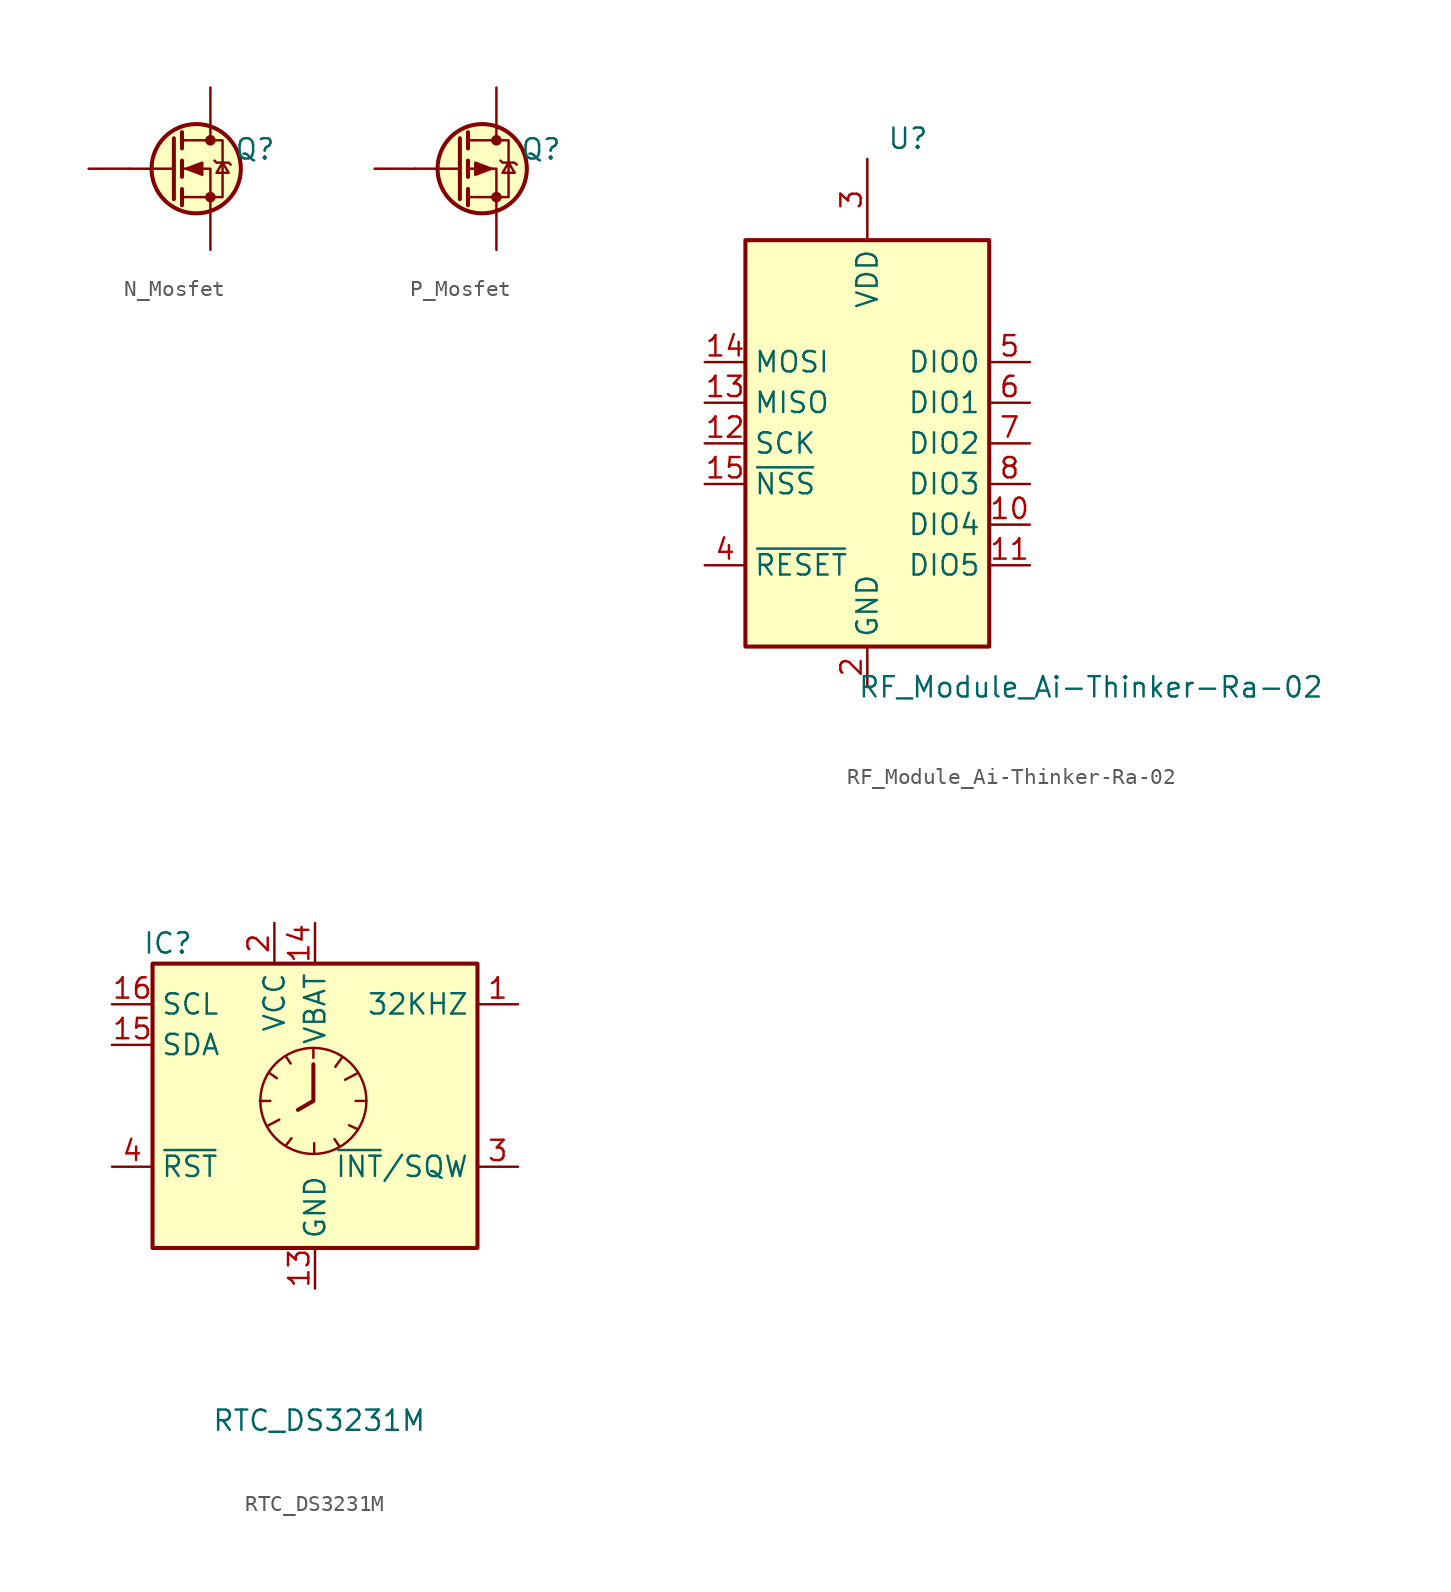
<source format=kicad_sym>
(kicad_symbol_lib
  (version 20211014)
  (generator kicad_symbol_editor)
  (symbol "N_Mosfet"
    (pin_numbers hide)
    (pin_names hide)
    (property "Reference" "Q"
      (at 2.794 1.219 0)
      (effects (font (size 1.27 1.27))))
    (symbol "N_Mosfet_0_1"
      (circle (center -0.889 0) (radius 2.794) (stroke (width 0.254) (type default) (color 0 0 0 0)) (fill (type background)))
      (circle (center 0 -1.778) (radius 0.254) (stroke (width 0) (type default) (color 0 0 0 0)) (fill (type outline)))
      (polyline (pts (xy -2.286 0) (xy -5.08 0)) (stroke (width 0) (type default) (color 0 0 0 0)) (fill (type none)))
      (polyline (pts (xy -2.286 1.905) (xy -2.286 -1.905)) (stroke (width 0.254) (type default) (color 0 0 0 0)) (fill (type none)))
      (polyline (pts (xy -1.778 -1.27) (xy -1.778 -2.286)) (stroke (width 0.254) (type default) (color 0 0 0 0)) (fill (type none)))
      (polyline (pts (xy -1.778 0.508) (xy -1.778 -0.508)) (stroke (width 0.254) (type default) (color 0 0 0 0)) (fill (type none)))
      (polyline (pts (xy -1.778 2.286) (xy -1.778 1.27)) (stroke (width 0.254) (type default) (color 0 0 0 0)) (fill (type none)))
      (polyline (pts (xy 0 2.54) (xy 0 1.778)) (stroke (width 0) (type default) (color 0 0 0 0)) (fill (type none)))
      (polyline (pts (xy 0 -2.54) (xy 0 0) (xy -1.778 0)) (stroke (width 0) (type default) (color 0 0 0 0)) (fill (type none)))
      (polyline (pts (xy -1.778 -1.778) (xy 0.762 -1.778) (xy 0.762 1.778) (xy -1.778 1.778)) (stroke (width 0) (type default) (color 0 0 0 0)) (fill (type none)))
      (polyline (pts (xy -1.524 0) (xy -0.508 0.381) (xy -0.508 -0.381) (xy -1.524 0)) (stroke (width 0) (type default) (color 0 0 0 0)) (fill (type outline)))
      (polyline (pts (xy 0.254 0.508) (xy 0.381 0.381) (xy 1.143 0.381) (xy 1.27 0.254)) (stroke (width 0) (type default) (color 0 0 0 0)) (fill (type none)))
      (polyline (pts (xy 0.762 0.381) (xy 0.381 -0.254) (xy 1.143 -0.254) (xy 0.762 0.381)) (stroke (width 0) (type default) (color 0 0 0 0)) (fill (type none)))
      (circle (center 0 1.778) (radius 0.254) (stroke (width 0) (type default) (color 0 0 0 0)) (fill (type outline))))
    (symbol "N_Mosfet_1_1"
      (pin input line (at -7.62 0 0) (length 2.54) (name "G" (effects (font (size 1.27 1.27)))) (number "1" (effects (font (size 1.27 1.27)))))
      (pin passive line (at 0 -5.08 90) (length 2.54) (name "S" (effects (font (size 1.27 1.27)))) (number "2" (effects (font (size 1.27 1.27)))))
      (pin passive line (at 0 5.08 270) (length 2.54) (name "D" (effects (font (size 1.27 1.27)))) (number "3" (effects (font (size 1.27 1.27)))))))
  (symbol "P_Mosfet"
    (pin_numbers hide)
    (pin_names hide)
    (property "Reference" "Q"
      (at 2.794 1.219 0)
      (effects (font (size 1.27 1.27))))
    (symbol "P_Mosfet_0_1"
      (circle (center -0.889 0) (radius 2.794) (stroke (width 0.254) (type default) (color 0 0 0 0)) (fill (type background)))
      (circle (center 0 -1.778) (radius 0.254) (stroke (width 0) (type default) (color 0 0 0 0)) (fill (type outline)))
      (polyline (pts (xy -2.286 0) (xy -5.08 0)) (stroke (width 0) (type default) (color 0 0 0 0)) (fill (type none)))
      (polyline (pts (xy -2.286 1.905) (xy -2.286 -1.905)) (stroke (width 0.254) (type default) (color 0 0 0 0)) (fill (type none)))
      (polyline (pts (xy -1.778 -1.27) (xy -1.778 -2.286)) (stroke (width 0.254) (type default) (color 0 0 0 0)) (fill (type none)))
      (polyline (pts (xy -1.778 0.508) (xy -1.778 -0.508)) (stroke (width 0.254) (type default) (color 0 0 0 0)) (fill (type none)))
      (polyline (pts (xy -1.778 2.286) (xy -1.778 1.27)) (stroke (width 0.254) (type default) (color 0 0 0 0)) (fill (type none)))
      (polyline (pts (xy 0 2.54) (xy 0 1.778)) (stroke (width 0) (type default) (color 0 0 0 0)) (fill (type none)))
      (polyline (pts (xy 0 -2.54) (xy 0 0) (xy -1.778 0)) (stroke (width 0) (type default) (color 0 0 0 0)) (fill (type none)))
      (polyline (pts (xy -1.778 -1.778) (xy 0.762 -1.778) (xy 0.762 1.778) (xy -1.778 1.778)) (stroke (width 0) (type default) (color 0 0 0 0)) (fill (type none)))
      (polyline (pts (xy -0.305 0) (xy -1.321 -0.381) (xy -1.321 0.381) (xy -0.305 0)) (stroke (width 0) (type default) (color 0 0 0 0)) (fill (type outline)))
      (polyline (pts (xy 0.254 0.508) (xy 0.381 0.381) (xy 1.143 0.381) (xy 1.27 0.254)) (stroke (width 0) (type default) (color 0 0 0 0)) (fill (type none)))
      (polyline (pts (xy 0.762 0.381) (xy 0.381 -0.254) (xy 1.143 -0.254) (xy 0.762 0.381)) (stroke (width 0) (type default) (color 0 0 0 0)) (fill (type none)))
      (circle (center 0 1.778) (radius 0.254) (stroke (width 0) (type default) (color 0 0 0 0)) (fill (type outline))))
    (symbol "P_Mosfet_1_1"
      (pin input line (at -7.62 0 0) (length 2.54) (name "G" (effects (font (size 1.27 1.27)))) (number "1" (effects (font (size 1.27 1.27)))))
      (pin passive line (at 0 -5.08 90) (length 2.54) (name "S" (effects (font (size 1.27 1.27)))) (number "2" (effects (font (size 1.27 1.27)))))
      (pin passive line (at 0 5.08 270) (length 2.54) (name "D" (effects (font (size 1.27 1.27)))) (number "3" (effects (font (size 1.27 1.27)))))))
  (symbol "RF_Module_Ai-Thinker-Ra-02"
    (property "Reference" "U"
      (at 2.54 19.05 0)
      (effects (font (size 1.27 1.27))))
    (property "Value" "RF_Module_Ai-Thinker-Ra-02"
      (at 13.97 -15.24 0)
      (effects (font (size 1.27 1.27))))
    (symbol "RF_Module_Ai-Thinker-Ra-02_0_1"
      (rectangle (start -7.62 12.7) (end 7.62 -12.7) (stroke (width 0.254) (type default) (color 0 0 0 0)) (fill (type background))))
    (symbol "RF_Module_Ai-Thinker-Ra-02_1_1"
      (pin passive line (at 0 -15.24 90) (length 2.54) hide (name "GND" (effects (font (size 1.27 1.27)))) (number "1" (effects (font (size 1.27 1.27)))))
      (pin bidirectional line (at 10.16 -5.08 180) (length 2.54) (name "DIO4" (effects (font (size 1.27 1.27)))) (number "10" (effects (font (size 1.27 1.27)))))
      (pin bidirectional line (at 10.16 -7.62 180) (length 2.54) (name "DIO5" (effects (font (size 1.27 1.27)))) (number "11" (effects (font (size 1.27 1.27)))))
      (pin input line (at -10.16 0 0) (length 2.54) (name "SCK" (effects (font (size 1.27 1.27)))) (number "12" (effects (font (size 1.27 1.27)))))
      (pin output line (at -10.16 2.54 0) (length 2.54) (name "MISO" (effects (font (size 1.27 1.27)))) (number "13" (effects (font (size 1.27 1.27)))))
      (pin input line (at -10.16 5.08 0) (length 2.54) (name "MOSI" (effects (font (size 1.27 1.27)))) (number "14" (effects (font (size 1.27 1.27)))))
      (pin input line (at -10.16 -2.54 0) (length 2.54) (name "~{NSS}" (effects (font (size 1.27 1.27)))) (number "15" (effects (font (size 1.27 1.27)))))
      (pin passive line (at 0 -15.24 90) (length 2.54) hide (name "GND" (effects (font (size 1.27 1.27)))) (number "16" (effects (font (size 1.27 1.27)))))
      (pin power_in line (at 0 -15.24 90) (length 2.54) (name "GND" (effects (font (size 1.27 1.27)))) (number "2" (effects (font (size 1.27 1.27)))))
      (pin power_in line (at 0 17.78 270) (length 5.08) (name "VDD" (effects (font (size 1.27 1.27)))) (number "3" (effects (font (size 1.27 1.27)))))
      (pin input line (at -10.16 -7.62 0) (length 2.54) (name "~{RESET}" (effects (font (size 1.27 1.27)))) (number "4" (effects (font (size 1.27 1.27)))))
      (pin bidirectional line (at 10.16 5.08 180) (length 2.54) (name "DIO0" (effects (font (size 1.27 1.27)))) (number "5" (effects (font (size 1.27 1.27)))))
      (pin bidirectional line (at 10.16 2.54 180) (length 2.54) (name "DIO1" (effects (font (size 1.27 1.27)))) (number "6" (effects (font (size 1.27 1.27)))))
      (pin bidirectional line (at 10.16 0 180) (length 2.54) (name "DIO2" (effects (font (size 1.27 1.27)))) (number "7" (effects (font (size 1.27 1.27)))))
      (pin bidirectional line (at 10.16 -2.54 180) (length 2.54) (name "DIO3" (effects (font (size 1.27 1.27)))) (number "8" (effects (font (size 1.27 1.27)))))
      (pin passive line (at 0 -15.24 90) (length 2.54) hide (name "GND" (effects (font (size 1.27 1.27)))) (number "9" (effects (font (size 1.27 1.27)))))))
  (symbol "RTC_DS3231M"
    (property "Reference" "IC"
      (at -7.62 8.89 0)
      (effects (font (size 1.27 1.27)) (justify right)))
    (property "Value" "RTC_DS3231M"
      (at 6.985 -20.955 0)
      (effects (font (size 1.27 1.27)) (justify right)))
    (symbol "RTC_DS3231M_0_1"
      (rectangle (start -10.16 7.62) (end 10.16 -10.16) (stroke (width 0.254) (type default) (color 0 0 0 0)) (fill (type background)))
      (circle (center -0.102 -0.965) (radius 3.316) (stroke (width 0) (type default) (color 0 0 0 0)) (fill (type none)))
      (polyline (pts (xy -3.454 -0.965) (xy -2.794 -0.965)) (stroke (width 0) (type default) (color 0 0 0 0)) (fill (type none)))
      (polyline (pts (xy -2.997 -2.54) (xy -2.235 -2.134)) (stroke (width 0) (type default) (color 0 0 0 0)) (fill (type none)))
      (polyline (pts (xy -2.896 0.813) (xy -2.388 0.457)) (stroke (width 0) (type default) (color 0 0 0 0)) (fill (type none)))
      (polyline (pts (xy -1.829 -3.759) (xy -1.473 -3.302)) (stroke (width 0) (type default) (color 0 0 0 0)) (fill (type none)))
      (polyline (pts (xy -1.829 1.829) (xy -1.524 1.372)) (stroke (width 0) (type default) (color 0 0 0 0)) (fill (type none)))
      (polyline (pts (xy -0.102 2.337) (xy -0.102 1.727)) (stroke (width 0) (type default) (color 0 0 0 0)) (fill (type none)))
      (polyline (pts (xy -0.051 -3.607) (xy -0.051 -4.267)) (stroke (width 0) (type default) (color 0 0 0 0)) (fill (type none)))
      (polyline (pts (xy 1.219 -3.353) (xy 1.524 -3.81)) (stroke (width 0) (type default) (color 0 0 0 0)) (fill (type none)))
      (polyline (pts (xy 1.27 1.168) (xy 1.676 1.727)) (stroke (width 0) (type default) (color 0 0 0 0)) (fill (type none)))
      (polyline (pts (xy 1.88 0.356) (xy 2.642 0.762)) (stroke (width 0) (type default) (color 0 0 0 0)) (fill (type none)))
      (polyline (pts (xy 2.134 -2.489) (xy 2.692 -2.743)) (stroke (width 0) (type default) (color 0 0 0 0)) (fill (type none)))
      (polyline (pts (xy 2.54 -0.965) (xy 3.2 -0.965)) (stroke (width 0) (type default) (color 0 0 0 0)) (fill (type none)))
      (polyline (pts (xy -0.102 1.321) (xy -0.102 -0.965) (xy -1.067 -1.524)) (stroke (width 0.254) (type default) (color 0 0 0 0)) (fill (type none))))
    (symbol "RTC_DS3231M_1_1"
      (pin open_collector line (at 12.7 5.08 180) (length 2.54) (name "32KHZ" (effects (font (size 1.27 1.27)))) (number "1" (effects (font (size 1.27 1.27)))))
      (pin passive line (at 0 -12.7 90) (length 2.54) hide (name "GND" (effects (font (size 1.27 1.27)))) (number "10" (effects (font (size 1.27 1.27)))))
      (pin passive line (at 0 -12.7 90) (length 2.54) hide (name "GND" (effects (font (size 1.27 1.27)))) (number "11" (effects (font (size 1.27 1.27)))))
      (pin passive line (at 0 -12.7 90) (length 2.54) hide (name "GND" (effects (font (size 1.27 1.27)))) (number "12" (effects (font (size 1.27 1.27)))))
      (pin power_in line (at 0 -12.7 90) (length 2.54) (name "GND" (effects (font (size 1.27 1.27)))) (number "13" (effects (font (size 1.27 1.27)))))
      (pin power_in line (at 0 10.16 270) (length 2.54) (name "VBAT" (effects (font (size 1.27 1.27)))) (number "14" (effects (font (size 1.27 1.27)))))
      (pin bidirectional line (at -12.7 2.54 0) (length 2.54) (name "SDA" (effects (font (size 1.27 1.27)))) (number "15" (effects (font (size 1.27 1.27)))))
      (pin input line (at -12.7 5.08 0) (length 2.54) (name "SCL" (effects (font (size 1.27 1.27)))) (number "16" (effects (font (size 1.27 1.27)))))
      (pin power_in line (at -2.54 10.16 270) (length 2.54) (name "VCC" (effects (font (size 1.27 1.27)))) (number "2" (effects (font (size 1.27 1.27)))))
      (pin open_collector line (at 12.7 -5.08 180) (length 2.54) (name "~{INT}/SQW" (effects (font (size 1.27 1.27)))) (number "3" (effects (font (size 1.27 1.27)))))
      (pin bidirectional line (at -12.7 -5.08 0) (length 2.54) (name "~{RST}" (effects (font (size 1.27 1.27)))) (number "4" (effects (font (size 1.27 1.27)))))
      (pin passive line (at 0 -12.7 90) (length 2.54) hide (name "GND" (effects (font (size 1.27 1.27)))) (number "5" (effects (font (size 1.27 1.27)))))
      (pin passive line (at 0 -12.7 90) (length 2.54) hide (name "GND" (effects (font (size 1.27 1.27)))) (number "6" (effects (font (size 1.27 1.27)))))
      (pin passive line (at 0 -12.7 90) (length 2.54) hide (name "GND" (effects (font (size 1.27 1.27)))) (number "7" (effects (font (size 1.27 1.27)))))
      (pin passive line (at 0 -12.7 90) (length 2.54) hide (name "GND" (effects (font (size 1.27 1.27)))) (number "8" (effects (font (size 1.27 1.27)))))
      (pin passive line (at 0 -12.7 90) (length 2.54) hide (name "GND" (effects (font (size 1.27 1.27)))) (number "9" (effects (font (size 1.27 1.27))))))))
</source>
